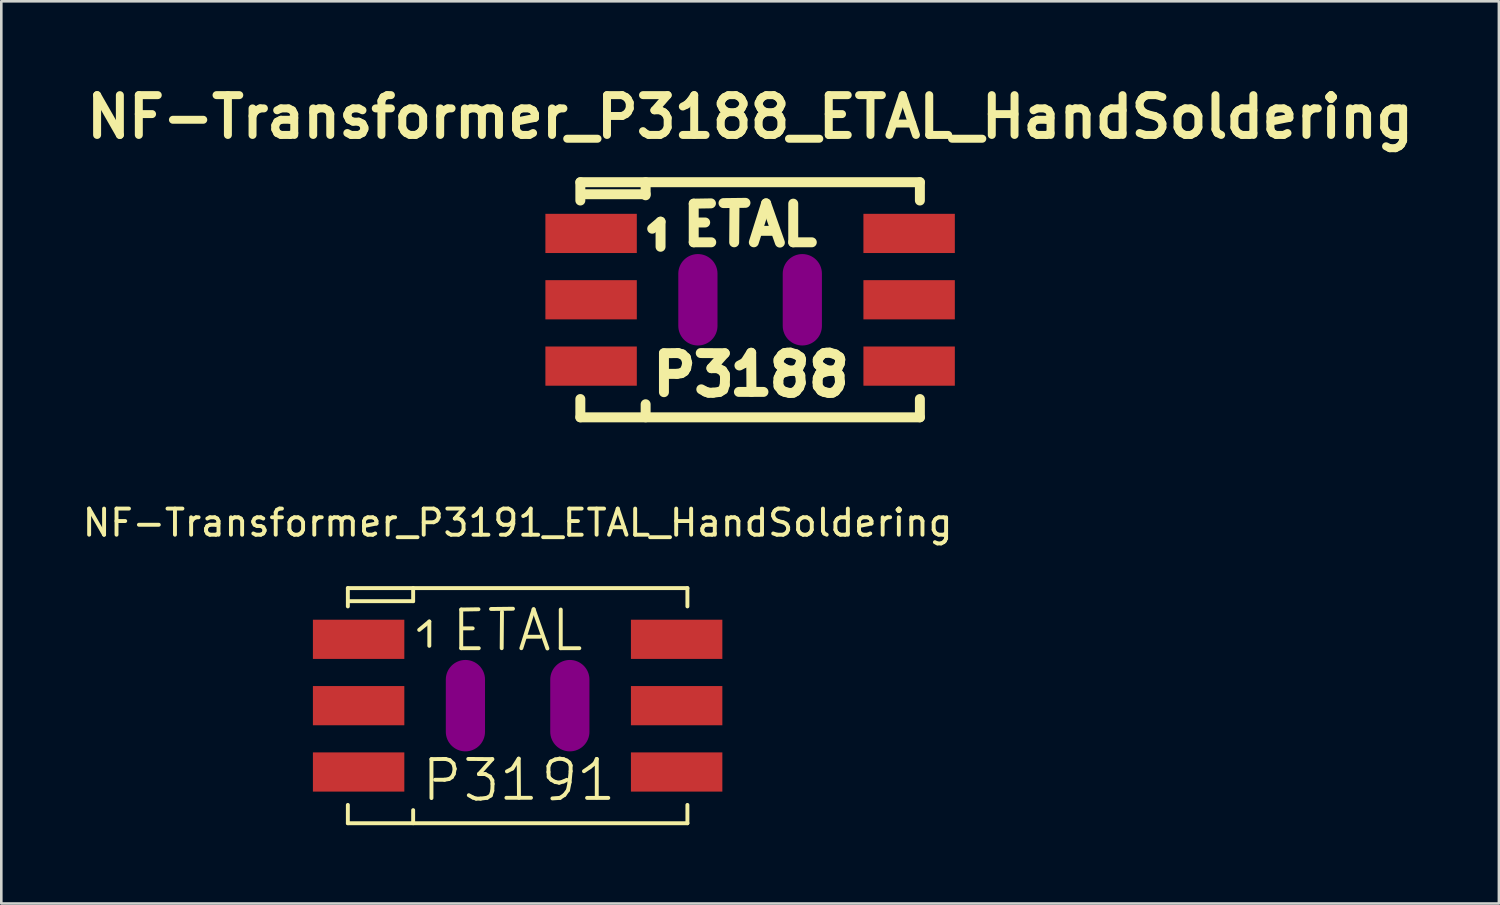
<source format=kicad_pcb>
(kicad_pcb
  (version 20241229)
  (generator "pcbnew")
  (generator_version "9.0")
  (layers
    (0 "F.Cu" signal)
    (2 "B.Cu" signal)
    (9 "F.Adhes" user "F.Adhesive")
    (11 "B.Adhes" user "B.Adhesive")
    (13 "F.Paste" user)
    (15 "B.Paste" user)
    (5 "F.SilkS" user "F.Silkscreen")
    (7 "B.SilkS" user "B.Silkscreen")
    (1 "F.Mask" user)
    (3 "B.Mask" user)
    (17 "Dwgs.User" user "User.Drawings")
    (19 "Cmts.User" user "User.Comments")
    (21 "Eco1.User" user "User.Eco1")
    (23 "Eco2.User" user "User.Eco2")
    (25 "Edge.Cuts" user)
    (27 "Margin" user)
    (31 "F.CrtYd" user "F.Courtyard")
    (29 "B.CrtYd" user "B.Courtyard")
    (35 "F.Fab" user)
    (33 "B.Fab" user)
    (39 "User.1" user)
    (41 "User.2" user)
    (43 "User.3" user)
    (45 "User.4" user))
  (footprint "NF-Transformer_P3191_ETAL_HandSoldering"
    (layer "F.Cu")
    (at 16.768 23.967)
    (property "Reference" "NF-Transformer_P3191_ETAL_HandSoldering" (at 0 -7 0) (layer "F.SilkS") (effects (font (size 1 1) (thickness 0.15))))
    (attr smd)
    (fp_line (start -6.5 -4.501) (end -6.5 -3.8) (stroke (width 0.15) (type solid)) (layer "F.SilkS"))
    (fp_line (start -6.5 3.8) (end -6.5 4.501) (stroke (width 0.15) (type solid)) (layer "F.SilkS"))
    (fp_line (start -6.5 4.501) (end 6.5 4.501) (stroke (width 0.15) (type solid)) (layer "F.SilkS"))
    (fp_line (start -4 -4.501) (end -4 -4) (stroke (width 0.15) (type solid)) (layer "F.SilkS"))
    (fp_line (start -4 -4) (end -6.421 -4) (stroke (width 0.15) (type solid)) (layer "F.SilkS"))
    (fp_line (start -4 4.501) (end -4 4) (stroke (width 0.15) (type solid)) (layer "F.SilkS"))
    (fp_line (start -3.769 -2.901) (end -3.381 -3.221) (stroke (width 0.15) (type solid)) (layer "F.SilkS"))
    (fp_line (start -3.381 -3.221) (end -3.381 -2.291) (stroke (width 0.15) (type solid)) (layer "F.SilkS"))
    (fp_line (start -3.299 2.047) (end -2.758 2.04) (stroke (width 0.15) (type solid)) (layer "F.SilkS"))
    (fp_line (start -3.299 3.538) (end -3.299 2.047) (stroke (width 0.15) (type solid)) (layer "F.SilkS"))
    (fp_line (start -2.799 2.837) (end -3.16 2.837) (stroke (width 0.15) (type solid)) (layer "F.SilkS"))
    (fp_line (start -2.758 2.04) (end -2.598 2.088) (stroke (width 0.15) (type solid)) (layer "F.SilkS"))
    (fp_line (start -2.629 2.809) (end -2.799 2.837) (stroke (width 0.15) (type solid)) (layer "F.SilkS"))
    (fp_line (start -2.598 2.088) (end -2.459 2.217) (stroke (width 0.15) (type solid)) (layer "F.SilkS"))
    (fp_line (start -2.52 2.738) (end -2.629 2.809) (stroke (width 0.15) (type solid)) (layer "F.SilkS"))
    (fp_line (start -2.459 2.217) (end -2.41 2.418) (stroke (width 0.15) (type solid)) (layer "F.SilkS"))
    (fp_line (start -2.449 2.619) (end -2.52 2.738) (stroke (width 0.15) (type solid)) (layer "F.SilkS"))
    (fp_line (start -2.41 2.418) (end -2.449 2.619) (stroke (width 0.15) (type solid)) (layer "F.SilkS"))
    (fp_line (start -2.159 -3.68) (end -2.159 -2.2) (stroke (width 0.15) (type solid)) (layer "F.SilkS"))
    (fp_line (start -2.159 -2.2) (end -1.488 -2.2) (stroke (width 0.15) (type solid)) (layer "F.SilkS"))
    (fp_line (start -2.129 -2.959) (end -1.72 -2.959) (stroke (width 0.15) (type solid)) (layer "F.SilkS"))
    (fp_line (start -1.89 2.04) (end -0.97 2.047) (stroke (width 0.15) (type solid)) (layer "F.SilkS"))
    (fp_line (start -1.709 3.518) (end -1.869 3.429) (stroke (width 0.15) (type solid)) (layer "F.SilkS"))
    (fp_line (start -1.59 3.559) (end -1.709 3.518) (stroke (width 0.15) (type solid)) (layer "F.SilkS"))
    (fp_line (start -1.499 -3.691) (end -2.159 -3.68) (stroke (width 0.15) (type solid)) (layer "F.SilkS"))
    (fp_line (start -1.481 2.619) (end -1.24 2.619) (stroke (width 0.15) (type solid)) (layer "F.SilkS"))
    (fp_line (start -1.42 3.559) (end -1.59 3.559) (stroke (width 0.15) (type solid)) (layer "F.SilkS"))
    (fp_line (start -1.24 2.619) (end -1.059 2.718) (stroke (width 0.15) (type solid)) (layer "F.SilkS"))
    (fp_line (start -1.171 3.528) (end -1.42 3.559) (stroke (width 0.15) (type solid)) (layer "F.SilkS"))
    (fp_line (start -1.059 2.718) (end -0.97 2.857) (stroke (width 0.15) (type solid)) (layer "F.SilkS"))
    (fp_line (start -1.029 3.439) (end -1.171 3.528) (stroke (width 0.15) (type solid)) (layer "F.SilkS"))
    (fp_line (start -1.019 -3.701) (end -0.178 -3.711) (stroke (width 0.15) (type solid)) (layer "F.SilkS"))
    (fp_line (start -0.97 2.047) (end -1.481 2.619) (stroke (width 0.15) (type solid)) (layer "F.SilkS"))
    (fp_line (start -0.97 2.857) (end -0.96 2.997) (stroke (width 0.15) (type solid)) (layer "F.SilkS"))
    (fp_line (start -0.97 3.259) (end -1.029 3.439) (stroke (width 0.15) (type solid)) (layer "F.SilkS"))
    (fp_line (start -0.96 2.997) (end -0.97 3.259) (stroke (width 0.15) (type solid)) (layer "F.SilkS"))
    (fp_line (start -0.61 -2.2) (end -0.599 -3.589) (stroke (width 0.15) (type solid)) (layer "F.SilkS"))
    (fp_line (start -0.429 3.528) (end 0.511 3.528) (stroke (width 0.15) (type solid)) (layer "F.SilkS"))
    (fp_line (start -0.409 2.517) (end -0.201 2.408) (stroke (width 0.15) (type solid)) (layer "F.SilkS"))
    (fp_line (start -0.201 2.408) (end 0.041 2.029) (stroke (width 0.15) (type solid)) (layer "F.SilkS"))
    (fp_line (start 0.041 2.029) (end 0.051 3.528) (stroke (width 0.15) (type solid)) (layer "F.SilkS"))
    (fp_line (start 0.142 -2.2) (end 0.612 -3.691) (stroke (width 0.15) (type solid)) (layer "F.SilkS"))
    (fp_line (start 0.32 -2.639) (end 0.861 -2.639) (stroke (width 0.15) (type solid)) (layer "F.SilkS"))
    (fp_line (start 0.612 -3.691) (end 1.14 -2.189) (stroke (width 0.15) (type solid)) (layer "F.SilkS"))
    (fp_line (start 1.181 2.319) (end 1.181 2.54) (stroke (width 0.15) (type solid)) (layer "F.SilkS"))
    (fp_line (start 1.181 2.54) (end 1.191 2.731) (stroke (width 0.15) (type solid)) (layer "F.SilkS"))
    (fp_line (start 1.191 2.731) (end 1.29 2.84) (stroke (width 0.15) (type solid)) (layer "F.SilkS"))
    (fp_line (start 1.27 2.141) (end 1.181 2.319) (stroke (width 0.15) (type solid)) (layer "F.SilkS"))
    (fp_line (start 1.29 2.84) (end 1.44 2.921) (stroke (width 0.15) (type solid)) (layer "F.SilkS"))
    (fp_line (start 1.331 3.551) (end 1.621 3.531) (stroke (width 0.15) (type solid)) (layer "F.SilkS"))
    (fp_line (start 1.44 2.06) (end 1.27 2.141) (stroke (width 0.15) (type solid)) (layer "F.SilkS"))
    (fp_line (start 1.44 2.921) (end 1.59 2.949) (stroke (width 0.15) (type solid)) (layer "F.SilkS"))
    (fp_line (start 1.59 2.949) (end 1.76 2.901) (stroke (width 0.15) (type solid)) (layer "F.SilkS"))
    (fp_line (start 1.61 2.029) (end 1.44 2.06) (stroke (width 0.15) (type solid)) (layer "F.SilkS"))
    (fp_line (start 1.621 3.531) (end 1.791 3.419) (stroke (width 0.15) (type solid)) (layer "F.SilkS"))
    (fp_line (start 1.651 -3.68) (end 1.651 -2.2) (stroke (width 0.15) (type solid)) (layer "F.SilkS"))
    (fp_line (start 1.651 -2.2) (end 2.362 -2.2) (stroke (width 0.15) (type solid)) (layer "F.SilkS"))
    (fp_line (start 1.76 2.05) (end 1.61 2.029) (stroke (width 0.15) (type solid)) (layer "F.SilkS"))
    (fp_line (start 1.76 2.901) (end 1.88 2.84) (stroke (width 0.15) (type solid)) (layer "F.SilkS"))
    (fp_line (start 1.791 3.419) (end 1.93 3.231) (stroke (width 0.15) (type solid)) (layer "F.SilkS"))
    (fp_line (start 1.88 2.101) (end 1.76 2.05) (stroke (width 0.15) (type solid)) (layer "F.SilkS"))
    (fp_line (start 1.93 3.231) (end 1.989 2.931) (stroke (width 0.15) (type solid)) (layer "F.SilkS"))
    (fp_line (start 1.981 2.179) (end 1.88 2.101) (stroke (width 0.15) (type solid)) (layer "F.SilkS"))
    (fp_line (start 1.989 2.931) (end 2.029 2.51) (stroke (width 0.15) (type solid)) (layer "F.SilkS"))
    (fp_line (start 2.029 2.291) (end 1.981 2.179) (stroke (width 0.15) (type solid)) (layer "F.SilkS"))
    (fp_line (start 2.029 2.51) (end 2.029 2.291) (stroke (width 0.15) (type solid)) (layer "F.SilkS"))
    (fp_line (start 2.54 2.51) (end 2.761 2.36) (stroke (width 0.15) (type solid)) (layer "F.SilkS"))
    (fp_line (start 2.659 3.531) (end 3.47 3.531) (stroke (width 0.15) (type solid)) (layer "F.SilkS"))
    (fp_line (start 2.761 2.36) (end 2.949 2.21) (stroke (width 0.15) (type solid)) (layer "F.SilkS"))
    (fp_line (start 2.949 2.21) (end 3.03 2.04) (stroke (width 0.15) (type solid)) (layer "F.SilkS"))
    (fp_line (start 3.03 2.04) (end 3.03 3.51) (stroke (width 0.15) (type solid)) (layer "F.SilkS"))
    (fp_line (start 6.5 -4.501) (end -6.5 -4.501) (stroke (width 0.15) (type solid)) (layer "F.SilkS"))
    (fp_line (start 6.5 -4.501) (end 6.5 -3.8) (stroke (width 0.15) (type solid)) (layer "F.SilkS"))
    (fp_line (start 6.5 3.8) (end 6.5 4.501) (stroke (width 0.15) (type solid)) (layer "F.SilkS"))
    (pad "" smd oval (at -1.999 0 90) (size 3.5 1.501) (layers "F.Adhes"))
    (pad "" smd oval (at 1.999 0 90) (size 3.5 1.501) (layers "F.Adhes"))
    (pad "1" smd rect (at -6.088 -2.54) (size 3.5 1.501) (layers "F.Cu" "F.Mask" "F.Paste"))
    (pad "2" smd rect (at -6.088 0) (size 3.5 1.501) (layers "F.Cu" "F.Mask" "F.Paste"))
    (pad "2" smd rect (at -6.088 2.54) (size 3.5 1.501) (layers "F.Cu" "F.Mask" "F.Paste"))
    (pad "3" smd rect (at 6.088 2.54) (size 3.5 1.501) (layers "F.Cu" "F.Mask" "F.Paste"))
    (pad "4" smd rect (at 6.088 0) (size 3.5 1.501) (layers "F.Cu" "F.Mask" "F.Paste"))
    (pad "5" smd rect (at 6.088 -2.54) (size 3.5 1.501) (layers "F.Cu" "F.Mask" "F.Paste")))
  (footprint "NF-Transformer_P3188_ETAL_HandSoldering"
    (layer "F.Cu")
    (at 25.669 8.427)
    (property "Reference" "NF-Transformer_P3188_ETAL_HandSoldering" (at 0 -7 0) (layer "F.SilkS") (effects (font (size 1.524 1.524) (thickness 0.305))))
    (attr smd)
    (fp_line (start -6.5 -4.501) (end -6.5 -3.8) (stroke (width 0.381) (type solid)) (layer "F.SilkS"))
    (fp_line (start -6.5 3.8) (end -6.5 4.501) (stroke (width 0.381) (type solid)) (layer "F.SilkS"))
    (fp_line (start -6.5 4.501) (end 6.5 4.501) (stroke (width 0.381) (type solid)) (layer "F.SilkS"))
    (fp_line (start -4 -4.501) (end -4 -4) (stroke (width 0.381) (type solid)) (layer "F.SilkS"))
    (fp_line (start -4 -4.041) (end -6.439 -4.041) (stroke (width 0.381) (type solid)) (layer "F.SilkS"))
    (fp_line (start -4 4.501) (end -4 4) (stroke (width 0.381) (type solid)) (layer "F.SilkS"))
    (fp_line (start -3.749 -2.72) (end -3.429 -2.99) (stroke (width 0.381) (type solid)) (layer "F.SilkS"))
    (fp_line (start -3.429 -2.99) (end -3.429 -2.029) (stroke (width 0.381) (type solid)) (layer "F.SilkS"))
    (fp_line (start -3.299 2.047) (end -2.758 2.04) (stroke (width 0.381) (type solid)) (layer "F.SilkS"))
    (fp_line (start -3.299 3.538) (end -3.299 2.047) (stroke (width 0.381) (type solid)) (layer "F.SilkS"))
    (fp_line (start -2.799 2.837) (end -3.16 2.837) (stroke (width 0.381) (type solid)) (layer "F.SilkS"))
    (fp_line (start -2.758 2.04) (end -2.598 2.088) (stroke (width 0.381) (type solid)) (layer "F.SilkS"))
    (fp_line (start -2.629 2.809) (end -2.799 2.837) (stroke (width 0.381) (type solid)) (layer "F.SilkS"))
    (fp_line (start -2.598 2.088) (end -2.459 2.217) (stroke (width 0.381) (type solid)) (layer "F.SilkS"))
    (fp_line (start -2.52 2.738) (end -2.629 2.809) (stroke (width 0.381) (type solid)) (layer "F.SilkS"))
    (fp_line (start -2.459 2.217) (end -2.41 2.418) (stroke (width 0.381) (type solid)) (layer "F.SilkS"))
    (fp_line (start -2.449 2.619) (end -2.52 2.738) (stroke (width 0.381) (type solid)) (layer "F.SilkS"))
    (fp_line (start -2.41 2.418) (end -2.449 2.619) (stroke (width 0.381) (type solid)) (layer "F.SilkS"))
    (fp_line (start -2.159 -3.68) (end -2.159 -2.2) (stroke (width 0.381) (type solid)) (layer "F.SilkS"))
    (fp_line (start -2.159 -2.2) (end -1.488 -2.2) (stroke (width 0.381) (type solid)) (layer "F.SilkS"))
    (fp_line (start -2.129 -2.959) (end -1.72 -2.959) (stroke (width 0.381) (type solid)) (layer "F.SilkS"))
    (fp_line (start -1.89 2.04) (end -0.97 2.047) (stroke (width 0.381) (type solid)) (layer "F.SilkS"))
    (fp_line (start -1.709 3.518) (end -1.869 3.429) (stroke (width 0.381) (type solid)) (layer "F.SilkS"))
    (fp_line (start -1.59 3.559) (end -1.709 3.518) (stroke (width 0.381) (type solid)) (layer "F.SilkS"))
    (fp_line (start -1.499 -3.691) (end -2.159 -3.68) (stroke (width 0.381) (type solid)) (layer "F.SilkS"))
    (fp_line (start -1.481 2.619) (end -1.24 2.619) (stroke (width 0.381) (type solid)) (layer "F.SilkS"))
    (fp_line (start -1.42 3.559) (end -1.59 3.559) (stroke (width 0.381) (type solid)) (layer "F.SilkS"))
    (fp_line (start -1.24 2.619) (end -1.059 2.718) (stroke (width 0.381) (type solid)) (layer "F.SilkS"))
    (fp_line (start -1.171 3.528) (end -1.42 3.559) (stroke (width 0.381) (type solid)) (layer "F.SilkS"))
    (fp_line (start -1.059 2.718) (end -0.97 2.857) (stroke (width 0.381) (type solid)) (layer "F.SilkS"))
    (fp_line (start -1.029 3.439) (end -1.171 3.528) (stroke (width 0.381) (type solid)) (layer "F.SilkS"))
    (fp_line (start -1.019 -3.701) (end -0.178 -3.711) (stroke (width 0.381) (type solid)) (layer "F.SilkS"))
    (fp_line (start -0.97 2.047) (end -1.481 2.619) (stroke (width 0.381) (type solid)) (layer "F.SilkS"))
    (fp_line (start -0.97 2.857) (end -0.96 2.997) (stroke (width 0.381) (type solid)) (layer "F.SilkS"))
    (fp_line (start -0.97 3.259) (end -1.029 3.439) (stroke (width 0.381) (type solid)) (layer "F.SilkS"))
    (fp_line (start -0.96 2.997) (end -0.97 3.259) (stroke (width 0.381) (type solid)) (layer "F.SilkS"))
    (fp_line (start -0.61 -2.2) (end -0.599 -3.589) (stroke (width 0.381) (type solid)) (layer "F.SilkS"))
    (fp_line (start -0.429 3.528) (end 0.511 3.528) (stroke (width 0.381) (type solid)) (layer "F.SilkS"))
    (fp_line (start -0.409 2.517) (end -0.201 2.408) (stroke (width 0.381) (type solid)) (layer "F.SilkS"))
    (fp_line (start -0.201 2.408) (end 0.041 2.029) (stroke (width 0.381) (type solid)) (layer "F.SilkS"))
    (fp_line (start 0.041 2.029) (end 0.051 3.528) (stroke (width 0.381) (type solid)) (layer "F.SilkS"))
    (fp_line (start 0.142 -2.2) (end 0.612 -3.691) (stroke (width 0.381) (type solid)) (layer "F.SilkS"))
    (fp_line (start 0.32 -2.639) (end 0.861 -2.639) (stroke (width 0.381) (type solid)) (layer "F.SilkS"))
    (fp_line (start 0.612 -3.691) (end 1.14 -2.189) (stroke (width 0.381) (type solid)) (layer "F.SilkS"))
    (fp_line (start 1.079 3.157) (end 1.09 2.997) (stroke (width 0.381) (type solid)) (layer "F.SilkS"))
    (fp_line (start 1.09 2.289) (end 1.09 2.377) (stroke (width 0.381) (type solid)) (layer "F.SilkS"))
    (fp_line (start 1.09 2.377) (end 1.11 2.479) (stroke (width 0.381) (type solid)) (layer "F.SilkS"))
    (fp_line (start 1.09 2.997) (end 1.161 2.847) (stroke (width 0.381) (type solid)) (layer "F.SilkS"))
    (fp_line (start 1.09 3.31) (end 1.079 3.157) (stroke (width 0.381) (type solid)) (layer "F.SilkS"))
    (fp_line (start 1.11 2.479) (end 1.191 2.558) (stroke (width 0.381) (type solid)) (layer "F.SilkS"))
    (fp_line (start 1.161 2.847) (end 1.321 2.769) (stroke (width 0.381) (type solid)) (layer "F.SilkS"))
    (fp_line (start 1.191 2.558) (end 1.3 2.629) (stroke (width 0.381) (type solid)) (layer "F.SilkS"))
    (fp_line (start 1.212 2.118) (end 1.09 2.289) (stroke (width 0.381) (type solid)) (layer "F.SilkS"))
    (fp_line (start 1.219 3.477) (end 1.09 3.31) (stroke (width 0.381) (type solid)) (layer "F.SilkS"))
    (fp_line (start 1.3 2.629) (end 1.471 2.708) (stroke (width 0.381) (type solid)) (layer "F.SilkS"))
    (fp_line (start 1.321 2.04) (end 1.212 2.118) (stroke (width 0.381) (type solid)) (layer "F.SilkS"))
    (fp_line (start 1.321 2.769) (end 1.501 2.728) (stroke (width 0.381) (type solid)) (layer "F.SilkS"))
    (fp_line (start 1.331 3.528) (end 1.219 3.477) (stroke (width 0.381) (type solid)) (layer "F.SilkS"))
    (fp_line (start 1.42 2.029) (end 1.321 2.04) (stroke (width 0.381) (type solid)) (layer "F.SilkS"))
    (fp_line (start 1.471 2.708) (end 1.76 2.728) (stroke (width 0.381) (type solid)) (layer "F.SilkS"))
    (fp_line (start 1.501 2.728) (end 1.73 2.697) (stroke (width 0.381) (type solid)) (layer "F.SilkS"))
    (fp_line (start 1.511 3.569) (end 1.331 3.528) (stroke (width 0.381) (type solid)) (layer "F.SilkS"))
    (fp_line (start 1.529 2.019) (end 1.42 2.029) (stroke (width 0.381) (type solid)) (layer "F.SilkS"))
    (fp_line (start 1.651 -3.68) (end 1.651 -2.2) (stroke (width 0.381) (type solid)) (layer "F.SilkS"))
    (fp_line (start 1.651 -2.2) (end 2.362 -2.2) (stroke (width 0.381) (type solid)) (layer "F.SilkS"))
    (fp_line (start 1.651 3.559) (end 1.511 3.569) (stroke (width 0.381) (type solid)) (layer "F.SilkS"))
    (fp_line (start 1.73 2.697) (end 1.849 2.609) (stroke (width 0.381) (type solid)) (layer "F.SilkS"))
    (fp_line (start 1.76 2.088) (end 1.56 2.029) (stroke (width 0.381) (type solid)) (layer "F.SilkS"))
    (fp_line (start 1.76 2.728) (end 1.831 2.769) (stroke (width 0.381) (type solid)) (layer "F.SilkS"))
    (fp_line (start 1.76 3.498) (end 1.651 3.559) (stroke (width 0.381) (type solid)) (layer "F.SilkS"))
    (fp_line (start 1.831 2.769) (end 1.92 2.898) (stroke (width 0.381) (type solid)) (layer "F.SilkS"))
    (fp_line (start 1.849 2.609) (end 1.93 2.449) (stroke (width 0.381) (type solid)) (layer "F.SilkS"))
    (fp_line (start 1.88 3.348) (end 1.76 3.498) (stroke (width 0.381) (type solid)) (layer "F.SilkS"))
    (fp_line (start 1.92 2.197) (end 1.76 2.088) (stroke (width 0.381) (type solid)) (layer "F.SilkS"))
    (fp_line (start 1.92 2.898) (end 1.941 3.178) (stroke (width 0.381) (type solid)) (layer "F.SilkS"))
    (fp_line (start 1.93 2.449) (end 1.951 2.289) (stroke (width 0.381) (type solid)) (layer "F.SilkS"))
    (fp_line (start 1.941 3.178) (end 1.88 3.348) (stroke (width 0.381) (type solid)) (layer "F.SilkS"))
    (fp_line (start 1.951 2.289) (end 1.92 2.197) (stroke (width 0.381) (type solid)) (layer "F.SilkS"))
    (fp_line (start 2.581 3.157) (end 2.591 2.997) (stroke (width 0.381) (type solid)) (layer "F.SilkS"))
    (fp_line (start 2.591 2.289) (end 2.591 2.377) (stroke (width 0.381) (type solid)) (layer "F.SilkS"))
    (fp_line (start 2.591 2.377) (end 2.611 2.479) (stroke (width 0.381) (type solid)) (layer "F.SilkS"))
    (fp_line (start 2.591 2.997) (end 2.662 2.847) (stroke (width 0.381) (type solid)) (layer "F.SilkS"))
    (fp_line (start 2.591 3.31) (end 2.581 3.157) (stroke (width 0.381) (type solid)) (layer "F.SilkS"))
    (fp_line (start 2.611 2.479) (end 2.692 2.558) (stroke (width 0.381) (type solid)) (layer "F.SilkS"))
    (fp_line (start 2.662 2.847) (end 2.822 2.769) (stroke (width 0.381) (type solid)) (layer "F.SilkS"))
    (fp_line (start 2.692 2.558) (end 2.802 2.629) (stroke (width 0.381) (type solid)) (layer "F.SilkS"))
    (fp_line (start 2.713 2.118) (end 2.591 2.289) (stroke (width 0.381) (type solid)) (layer "F.SilkS"))
    (fp_line (start 2.72 3.477) (end 2.591 3.31) (stroke (width 0.381) (type solid)) (layer "F.SilkS"))
    (fp_line (start 2.802 2.629) (end 2.972 2.708) (stroke (width 0.381) (type solid)) (layer "F.SilkS"))
    (fp_line (start 2.822 2.04) (end 2.713 2.118) (stroke (width 0.381) (type solid)) (layer "F.SilkS"))
    (fp_line (start 2.822 2.769) (end 3.002 2.728) (stroke (width 0.381) (type solid)) (layer "F.SilkS"))
    (fp_line (start 2.832 3.528) (end 2.72 3.477) (stroke (width 0.381) (type solid)) (layer "F.SilkS"))
    (fp_line (start 2.921 2.029) (end 2.822 2.04) (stroke (width 0.381) (type solid)) (layer "F.SilkS"))
    (fp_line (start 2.972 2.708) (end 3.261 2.728) (stroke (width 0.381) (type solid)) (layer "F.SilkS"))
    (fp_line (start 3.002 2.728) (end 3.231 2.697) (stroke (width 0.381) (type solid)) (layer "F.SilkS"))
    (fp_line (start 3.012 3.569) (end 2.832 3.528) (stroke (width 0.381) (type solid)) (layer "F.SilkS"))
    (fp_line (start 3.03 2.019) (end 2.921 2.029) (stroke (width 0.381) (type solid)) (layer "F.SilkS"))
    (fp_line (start 3.152 3.559) (end 3.012 3.569) (stroke (width 0.381) (type solid)) (layer "F.SilkS"))
    (fp_line (start 3.231 2.697) (end 3.35 2.609) (stroke (width 0.381) (type solid)) (layer "F.SilkS"))
    (fp_line (start 3.261 2.088) (end 3.061 2.029) (stroke (width 0.381) (type solid)) (layer "F.SilkS"))
    (fp_line (start 3.261 2.728) (end 3.332 2.769) (stroke (width 0.381) (type solid)) (layer "F.SilkS"))
    (fp_line (start 3.261 3.498) (end 3.152 3.559) (stroke (width 0.381) (type solid)) (layer "F.SilkS"))
    (fp_line (start 3.332 2.769) (end 3.421 2.898) (stroke (width 0.381) (type solid)) (layer "F.SilkS"))
    (fp_line (start 3.35 2.609) (end 3.432 2.449) (stroke (width 0.381) (type solid)) (layer "F.SilkS"))
    (fp_line (start 3.381 3.348) (end 3.261 3.498) (stroke (width 0.381) (type solid)) (layer "F.SilkS"))
    (fp_line (start 3.421 2.197) (end 3.261 2.088) (stroke (width 0.381) (type solid)) (layer "F.SilkS"))
    (fp_line (start 3.421 2.898) (end 3.442 3.178) (stroke (width 0.381) (type solid)) (layer "F.SilkS"))
    (fp_line (start 3.432 2.449) (end 3.452 2.289) (stroke (width 0.381) (type solid)) (layer "F.SilkS"))
    (fp_line (start 3.442 3.178) (end 3.381 3.348) (stroke (width 0.381) (type solid)) (layer "F.SilkS"))
    (fp_line (start 3.452 2.289) (end 3.421 2.197) (stroke (width 0.381) (type solid)) (layer "F.SilkS"))
    (fp_line (start 6.5 -4.501) (end -6.5 -4.501) (stroke (width 0.381) (type solid)) (layer "F.SilkS"))
    (fp_line (start 6.5 -4.501) (end 6.5 -3.8) (stroke (width 0.381) (type solid)) (layer "F.SilkS"))
    (fp_line (start 6.5 3.8) (end 6.5 4.501) (stroke (width 0.381) (type solid)) (layer "F.SilkS"))
    (pad "" smd oval (at -1.999 0 90) (size 3.5 1.501) (layers "F.Adhes"))
    (pad "" smd oval (at 1.999 0 90) (size 3.5 1.501) (layers "F.Adhes"))
    (pad "1" smd rect (at -6.088 -2.54) (size 3.5 1.501) (layers "F.Cu" "F.Mask" "F.Paste"))
    (pad "2" smd rect (at -6.088 0) (size 3.5 1.501) (layers "F.Cu" "F.Mask" "F.Paste"))
    (pad "2" smd rect (at -6.088 2.54) (size 3.5 1.501) (layers "F.Cu" "F.Mask" "F.Paste"))
    (pad "3" smd rect (at 6.088 2.54) (size 3.5 1.501) (layers "F.Cu" "F.Mask" "F.Paste"))
    (pad "4" smd rect (at 6.088 0) (size 3.5 1.501) (layers "F.Cu" "F.Mask" "F.Paste"))
    (pad "5" smd rect (at 6.088 -2.54) (size 3.5 1.501) (layers "F.Cu" "F.Mask" "F.Paste")))
  (gr_rect
    (start -3 -3)
    (end 54.337 31.542)
    (stroke (width 0.1) (type default))
    (fill no)
    (layer "Edge.Cuts")))
</source>
